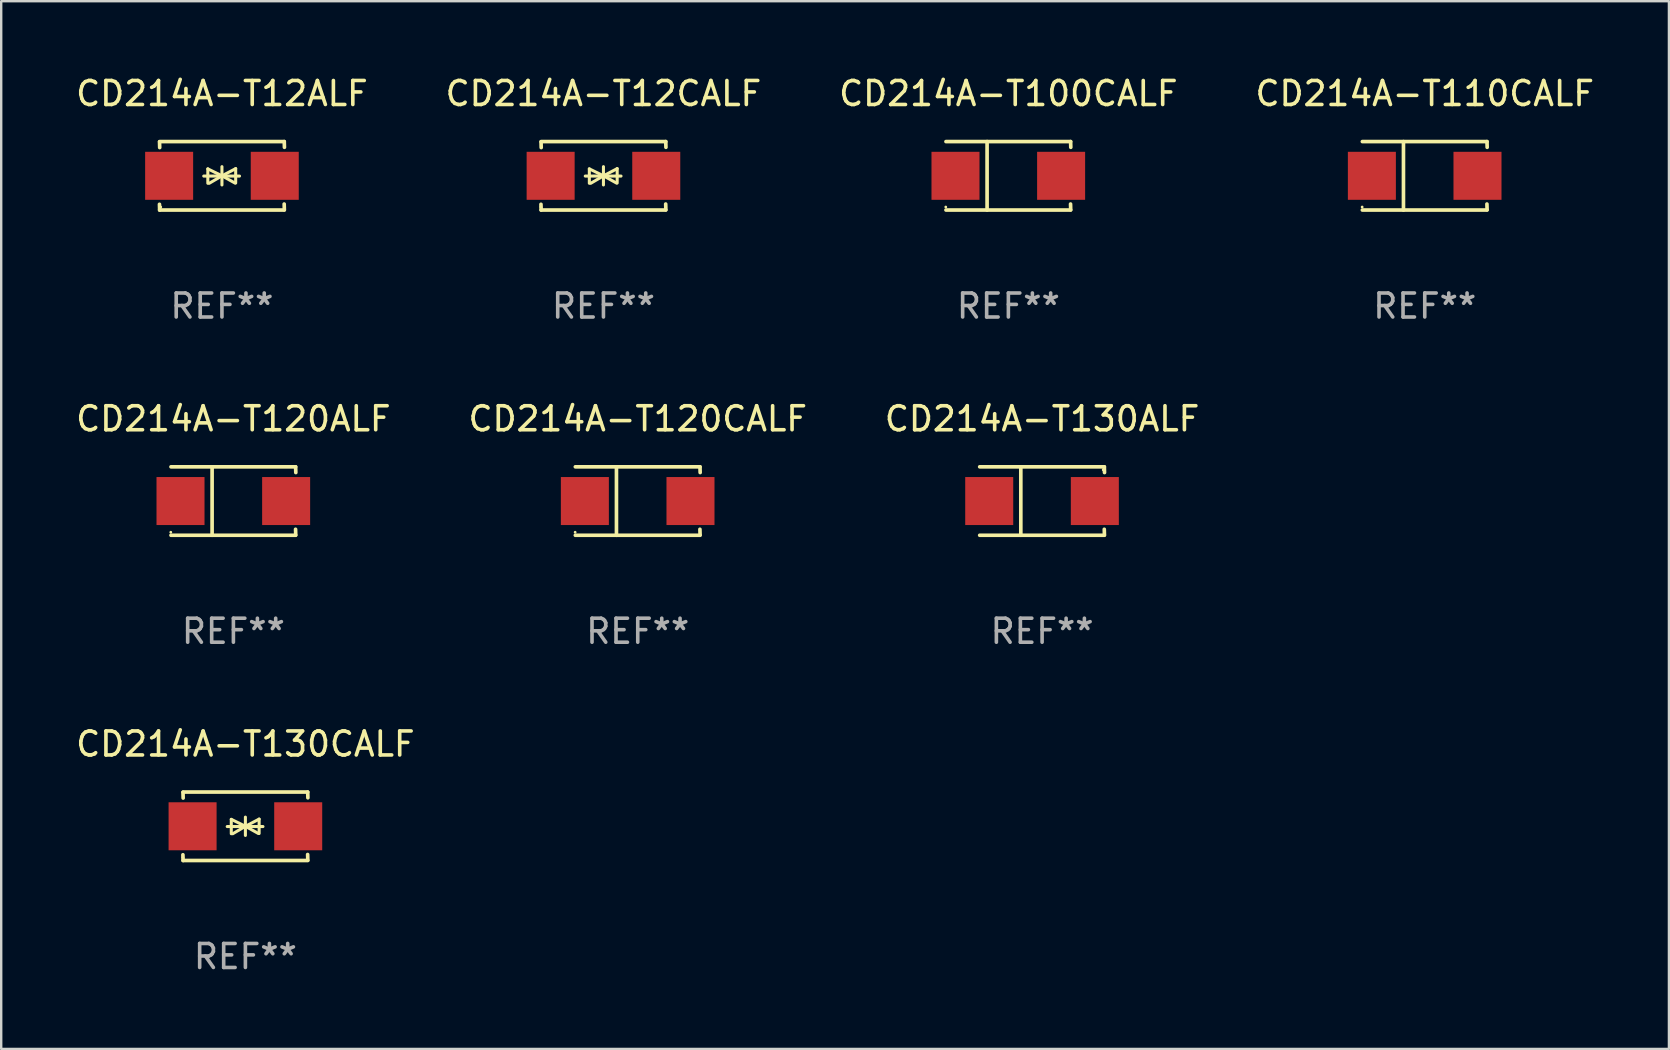
<source format=kicad_pcb>
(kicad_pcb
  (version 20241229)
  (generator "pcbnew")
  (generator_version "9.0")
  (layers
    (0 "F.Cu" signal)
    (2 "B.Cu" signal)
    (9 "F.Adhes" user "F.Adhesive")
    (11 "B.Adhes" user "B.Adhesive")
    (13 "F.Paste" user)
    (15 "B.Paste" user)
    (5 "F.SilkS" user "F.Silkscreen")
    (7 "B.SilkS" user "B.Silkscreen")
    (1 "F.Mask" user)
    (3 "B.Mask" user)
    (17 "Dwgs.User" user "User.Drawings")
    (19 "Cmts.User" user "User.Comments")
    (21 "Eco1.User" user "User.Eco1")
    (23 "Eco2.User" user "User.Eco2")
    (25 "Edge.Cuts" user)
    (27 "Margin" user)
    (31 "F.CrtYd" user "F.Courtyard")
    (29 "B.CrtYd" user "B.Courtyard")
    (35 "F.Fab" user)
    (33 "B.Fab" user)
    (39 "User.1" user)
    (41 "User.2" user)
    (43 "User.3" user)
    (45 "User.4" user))
  (footprint "CD214A-T130CALF"
    (layer "F.Cu")
    (at 7.173 31.372)
    (property "Reference" "CD214A-T130CALF" (at 0 -3.426 0) (layer "F.SilkS") (effects (font (size 1 1) (thickness 0.15))))
    (attr through_hole)
    (fp_line (start -2.596 -1.426) (end 2.596 -1.426) (stroke (width 0.152) (type solid)) (layer "F.SilkS"))
    (fp_line (start -2.596 1.426) (end -2.603 1.187) (stroke (width 0.152) (type solid)) (layer "F.SilkS"))
    (fp_line (start -2.596 1.426) (end 2.596 1.426) (stroke (width 0.152) (type solid)) (layer "F.SilkS"))
    (fp_line (start -2.593 -1.176) (end -2.6 -1.415) (stroke (width 0.152) (type solid)) (layer "F.SilkS"))
    (fp_line (start -0.758 0.011) (end 0.732 0.011) (stroke (width 0.127) (type solid)) (layer "F.SilkS"))
    (fp_line (start -0.588 -0.289) (end -0.588 0.311) (stroke (width 0.127) (type solid)) (layer "F.SilkS"))
    (fp_line (start -0.588 -0.289) (end 0 0) (stroke (width 0.127) (type solid)) (layer "F.SilkS"))
    (fp_line (start -0.528 0.311) (end 0 0) (stroke (width 0.127) (type solid)) (layer "F.SilkS"))
    (fp_line (start 0 0) (end 0 -0.381) (stroke (width 0.127) (type solid)) (layer "F.SilkS"))
    (fp_line (start 0 0) (end 0 0.381) (stroke (width 0.127) (type solid)) (layer "F.SilkS"))
    (fp_line (start 0.542 0.301) (end 0 0) (stroke (width 0.127) (type solid)) (layer "F.SilkS"))
    (fp_line (start 0.572 -0.299) (end 0 0) (stroke (width 0.127) (type solid)) (layer "F.SilkS"))
    (fp_line (start 0.572 -0.299) (end 0.572 0.301) (stroke (width 0.127) (type solid)) (layer "F.SilkS"))
    (fp_line (start 2.593 1.176) (end 2.6 1.415) (stroke (width 0.152) (type solid)) (layer "F.SilkS"))
    (fp_line (start 2.596 -1.426) (end 2.603 -1.187) (stroke (width 0.152) (type solid)) (layer "F.SilkS"))
    (fp_circle (center -2.605 1.3) (end -2.575 1.3) (stroke (width 0.06) (type solid)) (fill no) (layer "F.SilkS"))
    (fp_text user "REF**" (at 0 5.426 0) (layer "F.Fab") (effects (font (size 1 1) (thickness 0.15))))
    (pad "1" smd rect (at -2.2 0 180) (size 2 2) (layers "F.Cu" "F.Mask" "F.Paste"))
    (pad "2" smd rect (at 2.2 0 180) (size 2 2) (layers "F.Cu" "F.Mask" "F.Paste")))
  (footprint "CD214A-T100CALF"
    (layer "F.Cu")
    (at 38.958 4.274)
    (property "Reference" "CD214A-T100CALF" (at 0 -3.426 0) (layer "F.SilkS") (effects (font (size 1 1) (thickness 0.15))))
    (attr through_hole)
    (fp_line (start -2.6 -1.426) (end 2.593 -1.426) (stroke (width 0.152) (type solid)) (layer "F.SilkS"))
    (fp_line (start -2.6 1.426) (end 2.593 1.426) (stroke (width 0.152) (type solid)) (layer "F.SilkS"))
    (fp_line (start -0.887 -1.426) (end -0.887 1.426) (stroke (width 0.152) (type solid)) (layer "F.SilkS"))
    (fp_line (start 2.59 1.176) (end 2.597 1.415) (stroke (width 0.152) (type solid)) (layer "F.SilkS"))
    (fp_line (start 2.593 -1.426) (end 2.6 -1.187) (stroke (width 0.152) (type solid)) (layer "F.SilkS"))
    (fp_circle (center -2.608 1.3) (end -2.578 1.3) (stroke (width 0.06) (type solid)) (fill no) (layer "F.SilkS"))
    (fp_text user "REF**" (at 0 5.426 0) (layer "F.Fab") (effects (font (size 1 1) (thickness 0.15))))
    (pad "1" smd rect (at -2.203 0 180) (size 2 2) (layers "F.Cu" "F.Mask" "F.Paste"))
    (pad "2" smd rect (at 2.197 0 180) (size 2 2) (layers "F.Cu" "F.Mask" "F.Paste")))
  (footprint "CD214A-T12ALF"
    (layer "F.Cu")
    (at 6.196 4.274)
    (property "Reference" "CD214A-T12ALF" (at 0 -3.426 0) (layer "F.SilkS") (effects (font (size 1 1) (thickness 0.15))))
    (attr through_hole)
    (fp_line (start -2.596 -1.426) (end 2.596 -1.426) (stroke (width 0.152) (type solid)) (layer "F.SilkS"))
    (fp_line (start -2.596 1.426) (end -2.603 1.187) (stroke (width 0.152) (type solid)) (layer "F.SilkS"))
    (fp_line (start -2.596 1.426) (end 2.596 1.426) (stroke (width 0.152) (type solid)) (layer "F.SilkS"))
    (fp_line (start -2.593 -1.176) (end -2.6 -1.415) (stroke (width 0.152) (type solid)) (layer "F.SilkS"))
    (fp_line (start -0.758 0.011) (end 0.732 0.011) (stroke (width 0.127) (type solid)) (layer "F.SilkS"))
    (fp_line (start -0.588 -0.289) (end -0.588 0.311) (stroke (width 0.127) (type solid)) (layer "F.SilkS"))
    (fp_line (start -0.588 -0.289) (end 0 0) (stroke (width 0.127) (type solid)) (layer "F.SilkS"))
    (fp_line (start -0.528 0.311) (end 0 0) (stroke (width 0.127) (type solid)) (layer "F.SilkS"))
    (fp_line (start 0 0) (end 0 -0.381) (stroke (width 0.127) (type solid)) (layer "F.SilkS"))
    (fp_line (start 0 0) (end 0 0.381) (stroke (width 0.127) (type solid)) (layer "F.SilkS"))
    (fp_line (start 0.542 0.301) (end 0 0) (stroke (width 0.127) (type solid)) (layer "F.SilkS"))
    (fp_line (start 0.572 -0.299) (end 0 0) (stroke (width 0.127) (type solid)) (layer "F.SilkS"))
    (fp_line (start 0.572 -0.299) (end 0.572 0.301) (stroke (width 0.127) (type solid)) (layer "F.SilkS"))
    (fp_line (start 2.593 1.176) (end 2.6 1.415) (stroke (width 0.152) (type solid)) (layer "F.SilkS"))
    (fp_line (start 2.596 -1.426) (end 2.603 -1.187) (stroke (width 0.152) (type solid)) (layer "F.SilkS"))
    (fp_circle (center -2.55 1.3) (end -2.52 1.3) (stroke (width 0.06) (type solid)) (fill no) (layer "F.SilkS"))
    (fp_text user "REF**" (at 0 5.426 0) (layer "F.Fab") (effects (font (size 1 1) (thickness 0.15))))
    (pad "1" smd rect (at -2.2 0 180) (size 2 2) (layers "F.Cu" "F.Mask" "F.Paste"))
    (pad "2" smd rect (at 2.2 0 180) (size 2 2) (layers "F.Cu" "F.Mask" "F.Paste")))
  (footprint "CD214A-T110CALF"
    (layer "F.Cu")
    (at 56.304 4.274)
    (property "Reference" "CD214A-T110CALF" (at 0 -3.426 0) (layer "F.SilkS") (effects (font (size 1 1) (thickness 0.15))))
    (attr through_hole)
    (fp_line (start -2.6 -1.426) (end 2.593 -1.426) (stroke (width 0.152) (type solid)) (layer "F.SilkS"))
    (fp_line (start -2.6 1.426) (end 2.593 1.426) (stroke (width 0.152) (type solid)) (layer "F.SilkS"))
    (fp_line (start -0.887 -1.426) (end -0.887 1.426) (stroke (width 0.152) (type solid)) (layer "F.SilkS"))
    (fp_line (start 2.59 1.176) (end 2.597 1.415) (stroke (width 0.152) (type solid)) (layer "F.SilkS"))
    (fp_line (start 2.593 -1.426) (end 2.6 -1.187) (stroke (width 0.152) (type solid)) (layer "F.SilkS"))
    (fp_circle (center -2.608 1.3) (end -2.578 1.3) (stroke (width 0.06) (type solid)) (fill no) (layer "F.SilkS"))
    (fp_text user "REF**" (at 0 5.426 0) (layer "F.Fab") (effects (font (size 1 1) (thickness 0.15))))
    (pad "1" smd rect (at -2.203 0 180) (size 2 2) (layers "F.Cu" "F.Mask" "F.Paste"))
    (pad "2" smd rect (at 2.197 0 180) (size 2 2) (layers "F.Cu" "F.Mask" "F.Paste")))
  (footprint "CD214A-T130ALF"
    (layer "F.Cu")
    (at 40.363 17.823)
    (property "Reference" "CD214A-T130ALF" (at 0 -3.426 0) (layer "F.SilkS") (effects (font (size 1 1) (thickness 0.15))))
    (attr through_hole)
    (fp_line (start -2.6 -1.426) (end 2.593 -1.426) (stroke (width 0.152) (type solid)) (layer "F.SilkS"))
    (fp_line (start -2.6 1.426) (end 2.593 1.426) (stroke (width 0.152) (type solid)) (layer "F.SilkS"))
    (fp_line (start -0.887 -1.426) (end -0.887 1.426) (stroke (width 0.152) (type solid)) (layer "F.SilkS"))
    (fp_line (start 2.59 1.176) (end 2.597 1.415) (stroke (width 0.152) (type solid)) (layer "F.SilkS"))
    (fp_line (start 2.593 -1.426) (end 2.6 -1.187) (stroke (width 0.152) (type solid)) (layer "F.SilkS"))
    (fp_circle (center 2.547 -1.3) (end 2.577 -1.3) (stroke (width 0.06) (type solid)) (fill no) (layer "F.SilkS"))
    (fp_text user "REF**" (at 0 5.426 0) (layer "F.Fab") (effects (font (size 1 1) (thickness 0.15))))
    (pad "1" smd rect (at 2.197 -0.000025 180) (size 2 2) (layers "F.Cu" "F.Mask" "F.Paste"))
    (pad "2" smd rect (at -2.203 -0.000025 180) (size 2 2) (layers "F.Cu" "F.Mask" "F.Paste")))
  (footprint "CD214A-T120ALF"
    (layer "F.Cu")
    (at 6.673 17.823)
    (property "Reference" "CD214A-T120ALF" (at 0 -3.426 0) (layer "F.SilkS") (effects (font (size 1 1) (thickness 0.15))))
    (attr through_hole)
    (fp_line (start -2.6 -1.426) (end 2.593 -1.426) (stroke (width 0.152) (type solid)) (layer "F.SilkS"))
    (fp_line (start -2.6 1.426) (end 2.593 1.426) (stroke (width 0.152) (type solid)) (layer "F.SilkS"))
    (fp_line (start -0.887 -1.426) (end -0.887 1.426) (stroke (width 0.152) (type solid)) (layer "F.SilkS"))
    (fp_line (start 2.59 1.176) (end 2.597 1.415) (stroke (width 0.152) (type solid)) (layer "F.SilkS"))
    (fp_line (start 2.593 -1.426) (end 2.6 -1.187) (stroke (width 0.152) (type solid)) (layer "F.SilkS"))
    (fp_circle (center -2.608 1.3) (end -2.578 1.3) (stroke (width 0.06) (type solid)) (fill no) (layer "F.SilkS"))
    (fp_text user "REF**" (at 0 5.426 0) (layer "F.Fab") (effects (font (size 1 1) (thickness 0.15))))
    (pad "1" smd rect (at -2.203 0 180) (size 2 2) (layers "F.Cu" "F.Mask" "F.Paste"))
    (pad "2" smd rect (at 2.197 0 180) (size 2 2) (layers "F.Cu" "F.Mask" "F.Paste")))
  (footprint "CD214A-T12CALF"
    (layer "F.Cu")
    (at 22.089 4.274)
    (property "Reference" "CD214A-T12CALF" (at 0 -3.426 0) (layer "F.SilkS") (effects (font (size 1 1) (thickness 0.15))))
    (attr through_hole)
    (fp_line (start -2.596 -1.426) (end 2.596 -1.426) (stroke (width 0.152) (type solid)) (layer "F.SilkS"))
    (fp_line (start -2.596 1.426) (end -2.603 1.187) (stroke (width 0.152) (type solid)) (layer "F.SilkS"))
    (fp_line (start -2.596 1.426) (end 2.596 1.426) (stroke (width 0.152) (type solid)) (layer "F.SilkS"))
    (fp_line (start -2.593 -1.176) (end -2.6 -1.415) (stroke (width 0.152) (type solid)) (layer "F.SilkS"))
    (fp_line (start -0.758 0.011) (end 0.732 0.011) (stroke (width 0.127) (type solid)) (layer "F.SilkS"))
    (fp_line (start -0.588 -0.289) (end -0.588 0.311) (stroke (width 0.127) (type solid)) (layer "F.SilkS"))
    (fp_line (start -0.588 -0.289) (end 0 0) (stroke (width 0.127) (type solid)) (layer "F.SilkS"))
    (fp_line (start -0.528 0.311) (end 0 0) (stroke (width 0.127) (type solid)) (layer "F.SilkS"))
    (fp_line (start 0 0) (end 0 -0.381) (stroke (width 0.127) (type solid)) (layer "F.SilkS"))
    (fp_line (start 0 0) (end 0 0.381) (stroke (width 0.127) (type solid)) (layer "F.SilkS"))
    (fp_line (start 0.542 0.301) (end 0 0) (stroke (width 0.127) (type solid)) (layer "F.SilkS"))
    (fp_line (start 0.572 -0.299) (end 0 0) (stroke (width 0.127) (type solid)) (layer "F.SilkS"))
    (fp_line (start 0.572 -0.299) (end 0.572 0.301) (stroke (width 0.127) (type solid)) (layer "F.SilkS"))
    (fp_line (start 2.593 1.176) (end 2.6 1.415) (stroke (width 0.152) (type solid)) (layer "F.SilkS"))
    (fp_line (start 2.596 -1.426) (end 2.603 -1.187) (stroke (width 0.152) (type solid)) (layer "F.SilkS"))
    (fp_circle (center -2.605 1.3) (end -2.575 1.3) (stroke (width 0.06) (type solid)) (fill no) (layer "F.SilkS"))
    (fp_text user "REF**" (at 0 5.426 0) (layer "F.Fab") (effects (font (size 1 1) (thickness 0.15))))
    (pad "1" smd rect (at -2.2 0 180) (size 2 2) (layers "F.Cu" "F.Mask" "F.Paste"))
    (pad "2" smd rect (at 2.2 0 180) (size 2 2) (layers "F.Cu" "F.Mask" "F.Paste")))
  (footprint "CD214A-T120CALF"
    (layer "F.Cu")
    (at 23.518 17.823)
    (property "Reference" "CD214A-T120CALF" (at 0 -3.426 0) (layer "F.SilkS") (effects (font (size 1 1) (thickness 0.15))))
    (attr through_hole)
    (fp_line (start -2.6 -1.426) (end 2.593 -1.426) (stroke (width 0.152) (type solid)) (layer "F.SilkS"))
    (fp_line (start -2.6 1.426) (end 2.593 1.426) (stroke (width 0.152) (type solid)) (layer "F.SilkS"))
    (fp_line (start -0.887 -1.426) (end -0.887 1.426) (stroke (width 0.152) (type solid)) (layer "F.SilkS"))
    (fp_line (start 2.59 1.176) (end 2.597 1.415) (stroke (width 0.152) (type solid)) (layer "F.SilkS"))
    (fp_line (start 2.593 -1.426) (end 2.6 -1.187) (stroke (width 0.152) (type solid)) (layer "F.SilkS"))
    (fp_circle (center -2.608 1.3) (end -2.578 1.3) (stroke (width 0.06) (type solid)) (fill no) (layer "F.SilkS"))
    (fp_text user "REF**" (at 0 5.426 0) (layer "F.Fab") (effects (font (size 1 1) (thickness 0.15))))
    (pad "1" smd rect (at -2.203 0 180) (size 2 2) (layers "F.Cu" "F.Mask" "F.Paste"))
    (pad "2" smd rect (at 2.197 0 180) (size 2 2) (layers "F.Cu" "F.Mask" "F.Paste")))
  (gr_rect
    (start -3 -3)
    (end 66.476 40.647)
    (stroke (width 0.1) (type default))
    (fill no)
    (layer "Edge.Cuts")))
</source>
